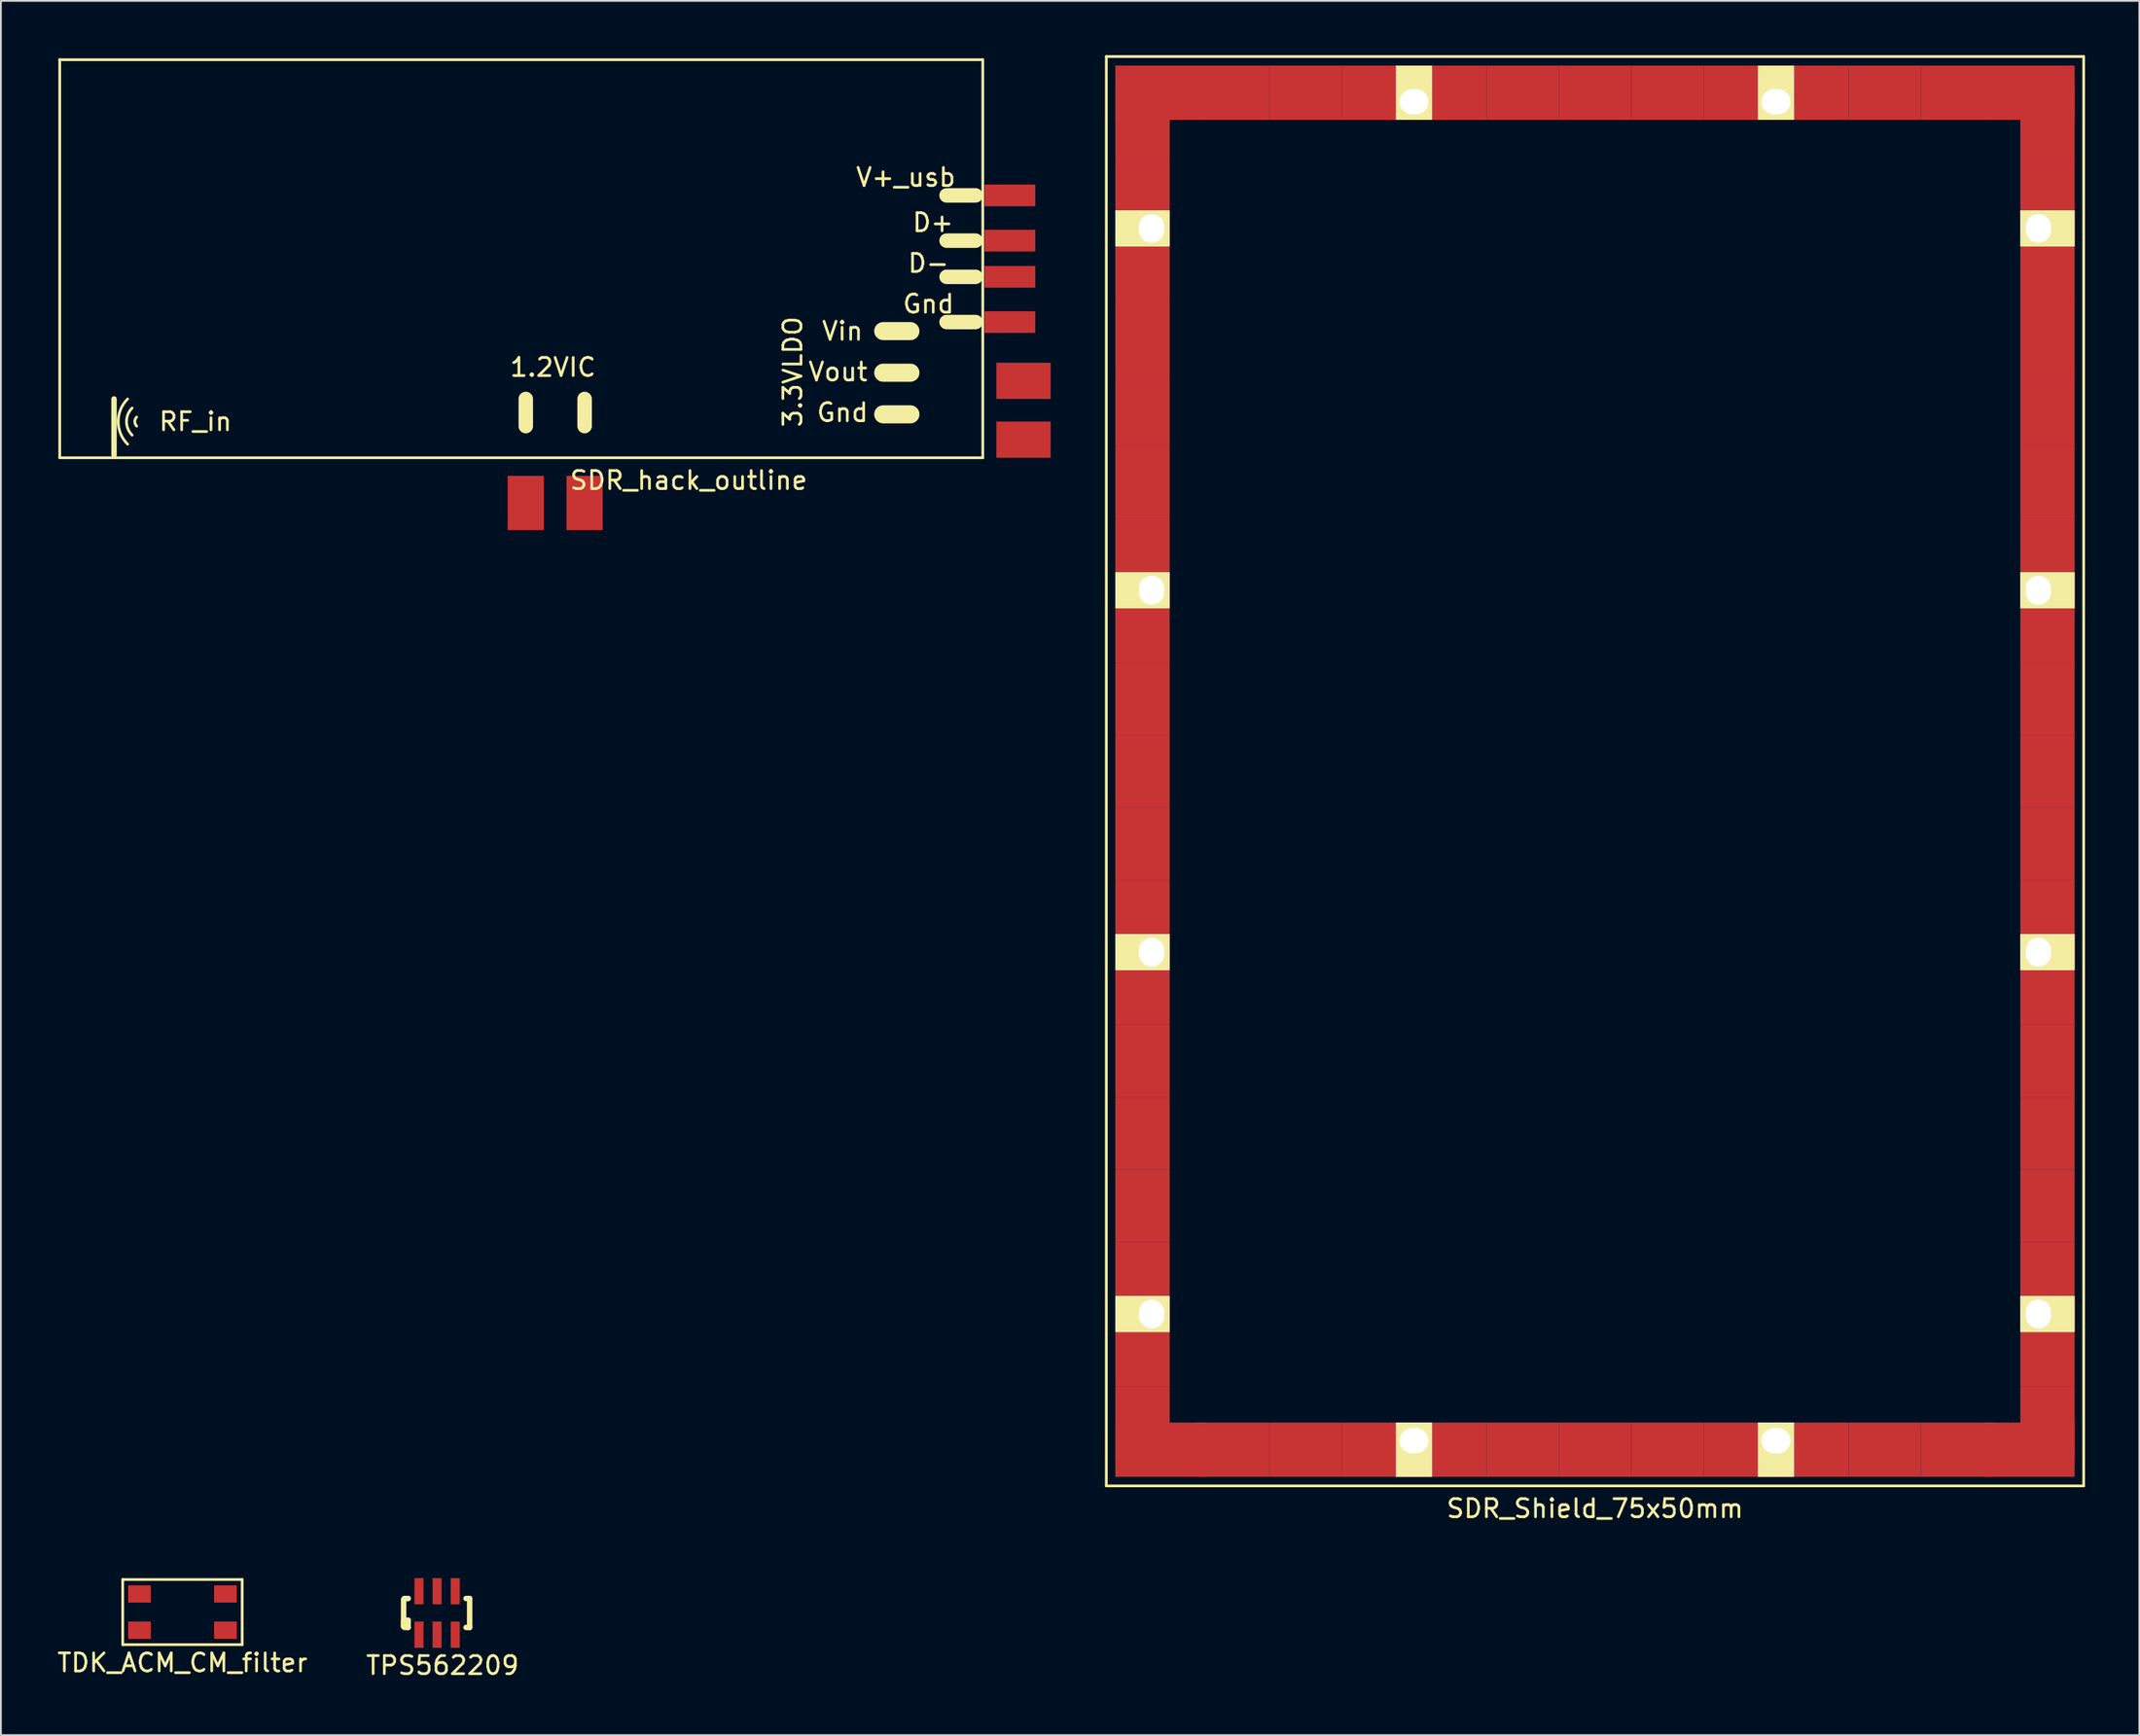
<source format=kicad_pcb>
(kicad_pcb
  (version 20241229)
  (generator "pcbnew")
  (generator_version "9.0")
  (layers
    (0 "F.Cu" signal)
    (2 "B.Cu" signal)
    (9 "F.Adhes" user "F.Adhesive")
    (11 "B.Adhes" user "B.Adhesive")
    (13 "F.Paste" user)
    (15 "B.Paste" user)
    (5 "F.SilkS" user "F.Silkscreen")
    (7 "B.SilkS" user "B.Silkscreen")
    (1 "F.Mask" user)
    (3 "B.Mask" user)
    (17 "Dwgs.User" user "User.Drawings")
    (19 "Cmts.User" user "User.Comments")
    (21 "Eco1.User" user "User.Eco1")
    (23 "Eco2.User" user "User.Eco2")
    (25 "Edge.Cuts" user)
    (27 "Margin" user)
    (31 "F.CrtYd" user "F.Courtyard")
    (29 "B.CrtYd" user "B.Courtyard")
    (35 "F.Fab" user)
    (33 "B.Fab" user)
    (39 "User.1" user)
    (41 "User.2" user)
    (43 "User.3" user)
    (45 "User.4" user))
  (footprint "SDR_Shield_75x50mm"
    (layer "F.Cu")
    (at 85.075 39.575)
    (property "Reference" "SDR_Shield_75x50mm" (at 0 40.75 0) (layer "F.SilkS") (effects (font (size 1 1) (thickness 0.15))))
    (attr through_hole)
    (fp_line (start -27 -39.5) (end -27 39.5) (stroke (width 0.15) (type solid)) (layer "F.SilkS"))
    (fp_line (start -27 -39.5) (end 27 -39.5) (stroke (width 0.15) (type solid)) (layer "F.SilkS"))
    (fp_line (start 27 -39.5) (end 27 39.5) (stroke (width 0.15) (type solid)) (layer "F.SilkS"))
    (fp_line (start 27 39.5) (end -27 39.5) (stroke (width 0.15) (type solid)) (layer "F.SilkS"))
    (pad "1" smd rect (at -25 -36) (size 3 4) (layers "F.Cu" "F.Mask" "F.Paste"))
    (pad "1" smd rect (at -25 -32) (size 3 4) (layers "F.Cu" "F.Mask" "F.Paste"))
    (pad "1" smd rect (at -25 -28) (size 3 4) (layers "F.Cu" "F.Mask" "F.Paste"))
    (pad "1" smd rect (at -25 -24) (size 3 4) (layers "F.Cu" "F.Mask" "F.Paste"))
    (pad "1" smd rect (at -25 -20) (size 3 4) (layers "F.Cu" "F.Mask" "F.Paste"))
    (pad "1" smd rect (at -25 -16) (size 3 4) (layers "F.Cu" "F.Mask" "F.Paste"))
    (pad "1" smd rect (at -25 -12) (size 3 4) (layers "F.Cu" "F.Mask" "F.Paste"))
    (pad "1" smd rect (at -25 -8) (size 3 4) (layers "F.Cu" "F.Mask" "F.Paste"))
    (pad "1" smd rect (at -25 -4) (size 3 4) (layers "F.Cu" "F.Mask" "F.Paste"))
    (pad "1" smd rect (at -25 0) (size 3 4) (layers "F.Cu" "F.Mask" "F.Paste"))
    (pad "1" smd rect (at -25 4) (size 3 4) (layers "F.Cu" "F.Mask" "F.Paste"))
    (pad "1" smd rect (at -25 8) (size 3 4) (layers "F.Cu" "F.Mask" "F.Paste"))
    (pad "1" smd rect (at -25 12) (size 3 4) (layers "F.Cu" "F.Mask" "F.Paste"))
    (pad "1" smd rect (at -25 16) (size 3 4) (layers "F.Cu" "F.Mask" "F.Paste"))
    (pad "1" smd rect (at -25 20) (size 3 4) (layers "F.Cu" "F.Mask" "F.Paste"))
    (pad "1" smd rect (at -25 24) (size 3 4) (layers "F.Cu" "F.Mask" "F.Paste"))
    (pad "1" smd rect (at -25 28) (size 3 4) (layers "F.Cu" "F.Mask" "F.Paste"))
    (pad "1" smd rect (at -25 32) (size 3 4) (layers "F.Cu" "F.Mask" "F.Paste"))
    (pad "1" smd rect (at -25 36) (size 3 4) (layers "F.Cu" "F.Mask" "F.Paste"))
    (pad "1" thru_hole rect (at -24.5 -30) (size 3 2) (drill oval 1.4 1.6 (offset -0.5 0)) (layers "*.Cu" "*.Mask" "F.SilkS"))
    (pad "1" thru_hole rect (at -24.5 -10) (size 3 2) (drill oval 1.4 1.6 (offset -0.5 0)) (layers "*.Cu" "*.Mask" "F.SilkS"))
    (pad "1" thru_hole rect (at -24.5 10) (size 3 2) (drill oval 1.4 1.6 (offset -0.5 0)) (layers "*.Cu" "*.Mask" "F.SilkS"))
    (pad "1" thru_hole rect (at -24.5 30) (size 3 2) (drill oval 1.4 1.6 (offset -0.5 0)) (layers "*.Cu" "*.Mask" "F.SilkS"))
    (pad "1" smd rect (at -24 -37.5) (size 5 3) (layers "F.Cu" "F.Mask" "F.Paste"))
    (pad "1" smd rect (at -24 37.5) (size 5 3) (layers "F.Cu" "F.Mask" "F.Paste"))
    (pad "1" smd rect (at -20 -37.5) (size 4 3) (layers "F.Cu" "F.Mask" "F.Paste"))
    (pad "1" smd rect (at -20 37.5) (size 4 3) (layers "F.Cu" "F.Mask" "F.Paste"))
    (pad "1" smd rect (at -16 -37.5) (size 4 3) (layers "F.Cu" "F.Mask" "F.Paste"))
    (pad "1" smd rect (at -16 37.5) (size 4 3) (layers "F.Cu" "F.Mask" "F.Paste"))
    (pad "1" smd rect (at -12 -37.5) (size 4 3) (layers "F.Cu" "F.Mask" "F.Paste"))
    (pad "1" smd rect (at -12 37.5) (size 4 3) (layers "F.Cu" "F.Mask" "F.Paste"))
    (pad "1" thru_hole rect (at -10 -37) (size 2 3) (drill oval 1.6 1.4 (offset 0 -0.5)) (layers "*.Cu" "*.Mask" "F.SilkS"))
    (pad "1" thru_hole rect (at -10 37) (size 2 3) (drill oval 1.6 1.4 (offset 0 0.5)) (layers "*.Cu" "*.Mask" "F.SilkS"))
    (pad "1" smd rect (at -8 -37.5) (size 4 3) (layers "F.Cu" "F.Mask" "F.Paste"))
    (pad "1" smd rect (at -8 37.5) (size 4 3) (layers "F.Cu" "F.Mask" "F.Paste"))
    (pad "1" smd rect (at -4 -37.5) (size 4 3) (layers "F.Cu" "F.Mask" "F.Paste"))
    (pad "1" smd rect (at -4 37.5) (size 4 3) (layers "F.Cu" "F.Mask" "F.Paste"))
    (pad "1" smd rect (at 0 -37.5) (size 4 3) (layers "F.Cu" "F.Mask" "F.Paste"))
    (pad "1" smd rect (at 0 37.5) (size 4 3) (layers "F.Cu" "F.Mask" "F.Paste"))
    (pad "1" smd rect (at 4 -37.5) (size 4 3) (layers "F.Cu" "F.Mask" "F.Paste"))
    (pad "1" smd rect (at 4 37.5) (size 4 3) (layers "F.Cu" "F.Mask" "F.Paste"))
    (pad "1" smd rect (at 8 -37.5) (size 4 3) (layers "F.Cu" "F.Mask" "F.Paste"))
    (pad "1" smd rect (at 8 37.5) (size 4 3) (layers "F.Cu" "F.Mask" "F.Paste"))
    (pad "1" thru_hole rect (at 10 -37) (size 2 3) (drill oval 1.6 1.4 (offset 0 -0.5)) (layers "*.Cu" "*.Mask" "F.SilkS"))
    (pad "1" thru_hole rect (at 10 37) (size 2 3) (drill oval 1.6 1.4 (offset 0 0.5)) (layers "*.Cu" "*.Mask" "F.SilkS"))
    (pad "1" smd rect (at 12 -37.5) (size 4 3) (layers "F.Cu" "F.Mask" "F.Paste"))
    (pad "1" smd rect (at 12 37.5) (size 4 3) (layers "F.Cu" "F.Mask" "F.Paste"))
    (pad "1" smd rect (at 16 -37.5) (size 4 3) (layers "F.Cu" "F.Mask" "F.Paste"))
    (pad "1" smd rect (at 16 37.5) (size 4 3) (layers "F.Cu" "F.Mask" "F.Paste"))
    (pad "1" smd rect (at 20 -37.5) (size 4 3) (layers "F.Cu" "F.Mask" "F.Paste"))
    (pad "1" smd rect (at 20 37.5) (size 4 3) (layers "F.Cu" "F.Mask" "F.Paste"))
    (pad "1" smd rect (at 24 -37.5) (size 5 3) (layers "F.Cu" "F.Mask" "F.Paste"))
    (pad "1" smd rect (at 24 37.5) (size 5 3) (layers "F.Cu" "F.Mask" "F.Paste"))
    (pad "1" thru_hole rect (at 24.5 -30) (size 3 2) (drill oval 1.4 1.6 (offset 0.5 0)) (layers "*.Cu" "*.Mask" "F.SilkS"))
    (pad "1" thru_hole rect (at 24.5 -10) (size 3 2) (drill oval 1.4 1.6 (offset 0.5 0)) (layers "*.Cu" "*.Mask" "F.SilkS"))
    (pad "1" thru_hole rect (at 24.5 10) (size 3 2) (drill oval 1.4 1.6 (offset 0.5 0)) (layers "*.Cu" "*.Mask" "F.SilkS"))
    (pad "1" thru_hole rect (at 24.5 30) (size 3 2) (drill oval 1.4 1.6 (offset 0.5 0)) (layers "*.Cu" "*.Mask" "F.SilkS"))
    (pad "1" smd rect (at 25 -36) (size 3 4) (layers "F.Cu" "F.Mask" "F.Paste"))
    (pad "1" smd rect (at 25 -32) (size 3 4) (layers "F.Cu" "F.Mask" "F.Paste"))
    (pad "1" smd rect (at 25 -28) (size 3 4) (layers "F.Cu" "F.Mask" "F.Paste"))
    (pad "1" smd rect (at 25 -24) (size 3 4) (layers "F.Cu" "F.Mask" "F.Paste"))
    (pad "1" smd rect (at 25 -20) (size 3 4) (layers "F.Cu" "F.Mask" "F.Paste"))
    (pad "1" smd rect (at 25 -16) (size 3 4) (layers "F.Cu" "F.Mask" "F.Paste"))
    (pad "1" smd rect (at 25 -12) (size 3 4) (layers "F.Cu" "F.Mask" "F.Paste"))
    (pad "1" smd rect (at 25 -8) (size 3 4) (layers "F.Cu" "F.Mask" "F.Paste"))
    (pad "1" smd rect (at 25 -4) (size 3 4) (layers "F.Cu" "F.Mask" "F.Paste"))
    (pad "1" smd rect (at 25 0) (size 3 4) (layers "F.Cu" "F.Mask" "F.Paste"))
    (pad "1" smd rect (at 25 4) (size 3 4) (layers "F.Cu" "F.Mask" "F.Paste"))
    (pad "1" smd rect (at 25 8) (size 3 4) (layers "F.Cu" "F.Mask" "F.Paste"))
    (pad "1" smd rect (at 25 12) (size 3 4) (layers "F.Cu" "F.Mask" "F.Paste"))
    (pad "1" smd rect (at 25 16) (size 3 4) (layers "F.Cu" "F.Mask" "F.Paste"))
    (pad "1" smd rect (at 25 20) (size 3 4) (layers "F.Cu" "F.Mask" "F.Paste"))
    (pad "1" smd rect (at 25 24) (size 3 4) (layers "F.Cu" "F.Mask" "F.Paste"))
    (pad "1" smd rect (at 25 28) (size 3 4) (layers "F.Cu" "F.Mask" "F.Paste"))
    (pad "1" smd rect (at 25 32) (size 3 4) (layers "F.Cu" "F.Mask" "F.Paste"))
    (pad "1" smd rect (at 25 36) (size 3 4) (layers "F.Cu" "F.Mask" "F.Paste")))
  (footprint "TDK_ACM_CM_filter"
    (layer "F.Cu")
    (at 7.03 86.048)
    (property "Reference" "TDK_ACM_CM_filter" (at 0 2.8 0) (layer "F.SilkS") (effects (font (size 1 1) (thickness 0.15))))
    (attr through_hole)
    (fp_line (start -3.3 -1.8) (end 3.3 -1.8) (stroke (width 0.15) (type solid)) (layer "F.SilkS"))
    (fp_line (start -3.3 1.8) (end -3.3 -1.8) (stroke (width 0.15) (type solid)) (layer "F.SilkS"))
    (fp_line (start 3.3 -1.8) (end 3.3 1.8) (stroke (width 0.15) (type solid)) (layer "F.SilkS"))
    (fp_line (start 3.3 1.8) (end -3.3 1.8) (stroke (width 0.15) (type solid)) (layer "F.SilkS"))
    (pad "1" smd rect (at 2.375 1) (size 1.25 0.95) (layers "F.Cu" "F.Mask" "F.Paste"))
    (pad "2" smd rect (at 2.375 -1) (size 1.25 0.95) (layers "F.Cu" "F.Mask" "F.Paste"))
    (pad "3" smd rect (at -2.375 -1) (size 1.25 0.95) (layers "F.Cu" "F.Mask" "F.Paste"))
    (pad "4" smd rect (at -2.375 1) (size 1.25 0.95) (layers "F.Cu" "F.Mask" "F.Paste")))
  (footprint "TPS562209"
    (layer "F.Cu")
    (at 21.099 86.098)
    (property "Reference" "TPS562209" (at 0.3 2.9 0) (layer "F.SilkS") (effects (font (size 1 1) (thickness 0.15))))
    (attr through_hole)
    (fp_line (start -1.85 -0.75) (end -1.85 0.75) (stroke (width 0.3) (type solid)) (layer "F.SilkS"))
    (fp_line (start -1.85 0.425) (end -1.85 0.75) (stroke (width 0.3) (type solid)) (layer "F.SilkS"))
    (fp_line (start -1.8 -0.8) (end -1.6 -0.8) (stroke (width 0.3) (type solid)) (layer "F.SilkS"))
    (fp_line (start -1.8 0.8) (end -1.6 0.8) (stroke (width 0.3) (type solid)) (layer "F.SilkS"))
    (fp_line (start -1.6 -0.8) (end -1.8 -0.8) (stroke (width 0.3) (type solid)) (layer "F.SilkS"))
    (fp_line (start -1.6 0.4) (end -1.8 0.4) (stroke (width 0.3) (type solid)) (layer "F.SilkS"))
    (fp_line (start -1.6 0.8) (end -1.6 0.4) (stroke (width 0.3) (type solid)) (layer "F.SilkS"))
    (fp_line (start 1.6 -0.8) (end 1.8 -0.8) (stroke (width 0.3) (type solid)) (layer "F.SilkS"))
    (fp_line (start 1.8 -0.8) (end 1.8 0.8) (stroke (width 0.3) (type solid)) (layer "F.SilkS"))
    (fp_line (start 1.8 0.8) (end 1.6 0.8) (stroke (width 0.3) (type solid)) (layer "F.SilkS"))
    (pad "1" smd rect (at -1 1.2) (size 0.5 1.45) (layers "F.Cu" "F.Mask" "F.Paste"))
    (pad "2" smd rect (at 0 1.2) (size 0.5 1.45) (layers "F.Cu" "F.Mask" "F.Paste"))
    (pad "3" smd rect (at 1 1.2) (size 0.5 1.45) (layers "F.Cu" "F.Mask" "F.Paste"))
    (pad "4" smd rect (at 1 -1.2) (size 0.5 1.45) (layers "F.Cu" "F.Mask" "F.Paste"))
    (pad "5" smd rect (at 0 -1.2) (size 0.5 1.45) (layers "F.Cu" "F.Mask" "F.Paste"))
    (pad "6" smd rect (at -1 -1.2) (size 0.5 1.45) (layers "F.Cu" "F.Mask" "F.Paste")))
  (footprint "SDR_hack_outline"
    (layer "F.Cu")
    (at 0.25 0.25)
    (property "Reference" "SDR_hack_outline" (at 34.75 23.25 0) (layer "F.SilkS") (effects (font (size 1 1) (thickness 0.15))))
    (attr through_hole)
    (fp_line (start 0 0) (end 51 0) (stroke (width 0.15) (type solid)) (layer "F.SilkS"))
    (fp_line (start 0 22) (end 0 0) (stroke (width 0.15) (type solid)) (layer "F.SilkS"))
    (fp_line (start 3 21.85) (end 3 18.75) (stroke (width 0.3) (type solid)) (layer "F.SilkS"))
    (fp_line (start 25.75 20.25) (end 25.75 18.75) (stroke (width 0.8) (type solid)) (layer "F.SilkS"))
    (fp_line (start 29 20.25) (end 29 18.75) (stroke (width 0.8) (type solid)) (layer "F.SilkS"))
    (fp_line (start 47 15) (end 45.5 15) (stroke (width 1) (type solid)) (layer "F.SilkS"))
    (fp_line (start 47 17.3) (end 45.5 17.3) (stroke (width 1) (type solid)) (layer "F.SilkS"))
    (fp_line (start 47 19.6) (end 45.5 19.6) (stroke (width 1) (type solid)) (layer "F.SilkS"))
    (fp_line (start 50.6 7.5) (end 49 7.5) (stroke (width 0.8) (type solid)) (layer "F.SilkS"))
    (fp_line (start 50.6 10) (end 49 10) (stroke (width 0.8) (type solid)) (layer "F.SilkS"))
    (fp_line (start 50.6 12) (end 49 12) (stroke (width 0.8) (type solid)) (layer "F.SilkS"))
    (fp_line (start 50.6 14.5) (end 49 14.5) (stroke (width 0.8) (type solid)) (layer "F.SilkS"))
    (fp_line (start 51 0) (end 51 22) (stroke (width 0.15) (type solid)) (layer "F.SilkS"))
    (fp_line (start 51 22) (end 0 22) (stroke (width 0.15) (type solid)) (layer "F.SilkS"))
    (fp_arc (start 3.75 21.25) (mid 3.232233 20) (end 3.75 18.75) (stroke (width 0.15) (type solid)) (layer "F.SilkS"))
    (fp_arc (start 4 20.75) (mid 3.68934 20) (end 4 19.25) (stroke (width 0.15) (type solid)) (layer "F.SilkS"))
    (fp_arc (start 4.25 20.25) (mid 4.146447 20) (end 4.25 19.75) (stroke (width 0.15) (type solid)) (layer "F.SilkS"))
    (fp_text user "D+" (at 48.25 9 0) (layer "F.SilkS") (effects (font (size 1 1) (thickness 0.15))))
    (fp_text user "D-" (at 48 11.25 0) (layer "F.SilkS") (effects (font (size 1 1) (thickness 0.15))))
    (fp_text user "Gnd" (at 48 13.5 0) (layer "F.SilkS") (effects (font (size 1 1) (thickness 0.15))))
    (fp_text user "1.2VIC" (at 27.25 17 0) (layer "F.SilkS") (effects (font (size 1 1) (thickness 0.15))))
    (fp_text user "RF_in" (at 7.5 20 0) (layer "F.SilkS") (effects (font (size 1 1) (thickness 0.15))))
    (fp_text user "3.3VLDO" (at 40.5 17.25 90) (layer "F.SilkS") (effects (font (size 1 1) (thickness 0.15))))
    (fp_text user "Vout" (at 43 17.25 0) (layer "F.SilkS") (effects (font (size 1 1) (thickness 0.15))))
    (fp_text user "V+_usb" (at 46.75 6.5 0) (layer "F.SilkS") (effects (font (size 1 1) (thickness 0.15))))
    (fp_text user "Vin" (at 43.25 15 0) (layer "F.SilkS") (effects (font (size 1 1) (thickness 0.15))))
    (fp_text user "Gnd" (at 43.25 19.5 0) (layer "F.SilkS") (effects (font (size 1 1) (thickness 0.15))))
    (pad "1" smd rect (at 52.5 7.5) (size 2.8 1.2) (layers "F.Cu" "F.Mask" "F.Paste"))
    (pad "2" smd rect (at 52.5 10) (size 2.8 1.2) (layers "F.Cu" "F.Mask" "F.Paste"))
    (pad "3" smd rect (at 52.5 12) (size 2.8 1.2) (layers "F.Cu" "F.Mask" "F.Paste"))
    (pad "4" smd rect (at 52.5 14.5) (size 2.8 1.2) (layers "F.Cu" "F.Mask" "F.Paste"))
    (pad "6" smd rect (at 53.25 17.75) (size 3 2) (layers "F.Cu" "F.Mask" "F.Paste"))
    (pad "7" smd rect (at 53.25 21) (size 3 2) (layers "F.Cu" "F.Mask" "F.Paste"))
    (pad "9" smd rect (at 29 24.5) (size 2 3) (layers "F.Cu" "F.Mask" "F.Paste"))
    (pad "10" smd rect (at 25.75 24.5) (size 2 3) (layers "F.Cu" "F.Mask" "F.Paste")))
  (gr_rect
    (start -3 -3)
    (end 115.15 92.847)
    (stroke (width 0.1) (type default))
    (fill no)
    (layer "Edge.Cuts")))
</source>
